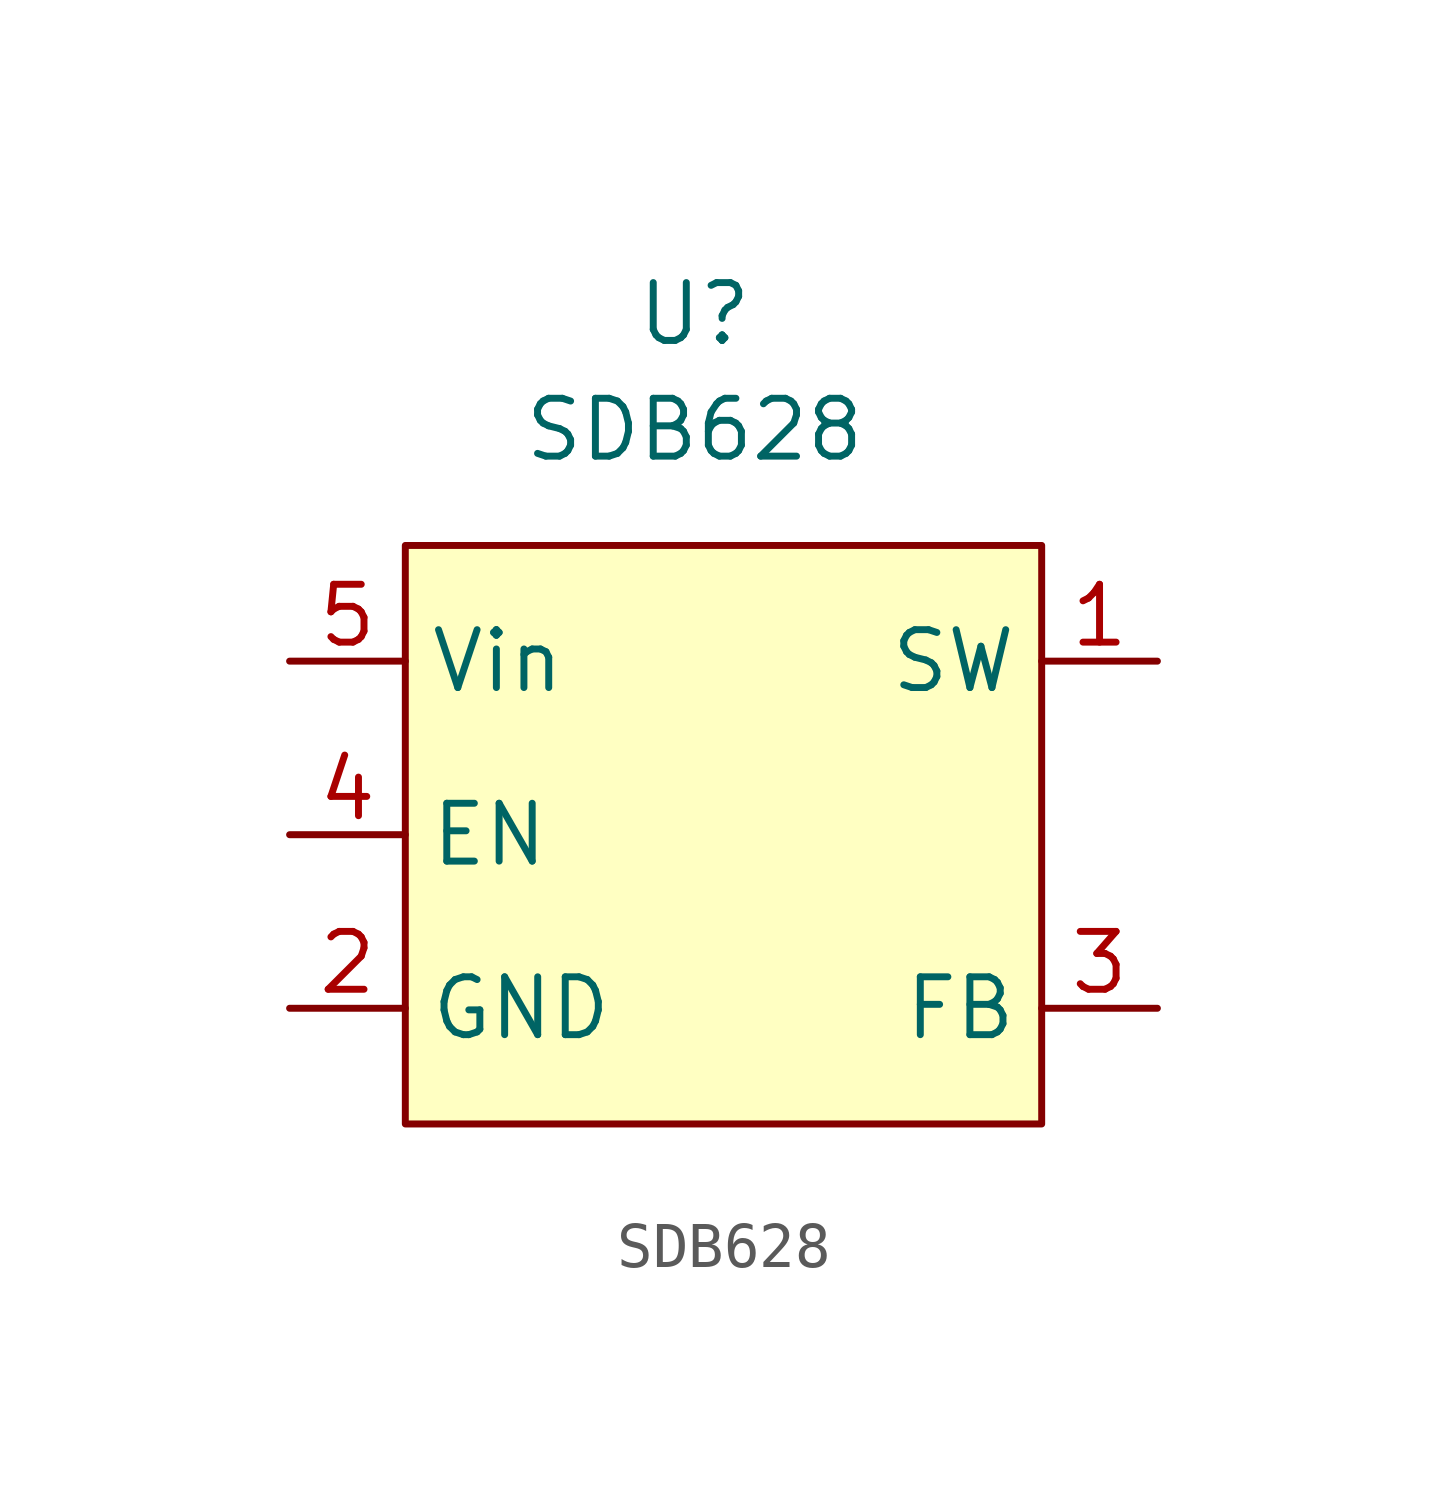
<source format=kicad_sym>
(kicad_symbol_lib
  (version 20241209)
  (generator "kicad_symbol_editor")
  (generator_version "9.0")
  (symbol "SDB628"
    (property "Reference" "U"
      (at 0 0 0)
      (effects (font (size 1.27 1.27))))
    (property "Value" "SDB628"
      (at 0 -2.54 0)
      (effects (font (size 1.27 1.27))))
    (symbol "SDB628_1_1"
      (rectangle (start -6.35 -5.08) (end 7.62 -17.78) (stroke (width 0) (type default)) (fill (type background)))
      (pin power_in line (at -8.89 -7.62 0) (length 2.54) (name "Vin" (effects (font (size 1.27 1.27)))) (number "5" (effects (font (size 1.27 1.27)))))
      (pin input line (at -8.89 -11.43 0) (length 2.54) (name "EN" (effects (font (size 1.27 1.27)))) (number "4" (effects (font (size 1.27 1.27)))))
      (pin power_in line (at -8.89 -15.24 0) (length 2.54) (name "GND" (effects (font (size 1.27 1.27)))) (number "2" (effects (font (size 1.27 1.27)))))
      (pin passive line (at 10.16 -7.62 180) (length 2.54) (name "SW" (effects (font (size 1.27 1.27)))) (number "1" (effects (font (size 1.27 1.27)))))
      (pin no_connect line (at 10.16 -11.43 180) (length 2.54) (hide yes) (name "NC" (effects (font (size 1.27 1.27)))) (number "6" (effects (font (size 1.27 1.27)))))
      (pin passive line (at 10.16 -15.24 180) (length 2.54) (name "FB" (effects (font (size 1.27 1.27)))) (number "3" (effects (font (size 1.27 1.27))))))))
</source>
